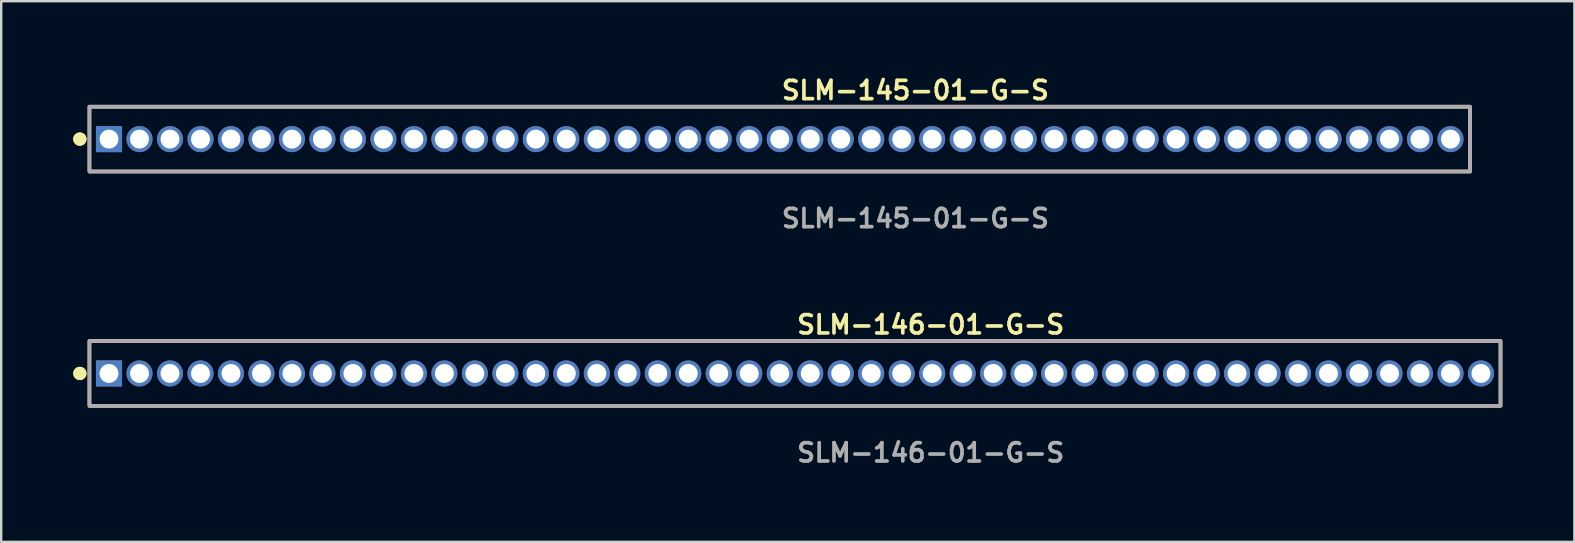
<source format=kicad_pcb>
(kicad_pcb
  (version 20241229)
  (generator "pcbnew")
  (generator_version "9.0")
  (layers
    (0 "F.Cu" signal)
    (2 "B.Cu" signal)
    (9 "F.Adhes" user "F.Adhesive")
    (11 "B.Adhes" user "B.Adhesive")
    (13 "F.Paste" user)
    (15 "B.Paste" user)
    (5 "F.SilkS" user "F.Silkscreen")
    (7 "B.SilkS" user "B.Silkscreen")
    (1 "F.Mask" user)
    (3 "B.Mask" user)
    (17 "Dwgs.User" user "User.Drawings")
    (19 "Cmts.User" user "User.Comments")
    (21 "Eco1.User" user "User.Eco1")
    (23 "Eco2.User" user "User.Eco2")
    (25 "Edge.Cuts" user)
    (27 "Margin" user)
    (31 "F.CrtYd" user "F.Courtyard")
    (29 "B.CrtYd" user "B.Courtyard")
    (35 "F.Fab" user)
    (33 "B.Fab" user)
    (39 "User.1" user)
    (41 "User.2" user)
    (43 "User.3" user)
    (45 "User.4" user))
  (footprint "SLM-145-01-G-S"
    (layer "F.Cu")
    (at 29.431 2.745)
    (property "Reference" "SLM-145-01-G-S" (at 0 -2.032 0) (unlocked yes) (layer "F.SilkS") (effects (font (size 0.762 0.762) (thickness 0.152)) (justify left)))
    (fp_rect (start -28.755 1.35) (end 28.755 -1.35) (stroke (width 0.152) (type solid)) (fill no) (layer "F.SilkS"))
    (fp_circle (center -29.155 0) (end -29.355 0) (stroke (width 0.152) (type solid)) (fill yes) (layer "F.SilkS"))
    (fp_circle (center -29.155 0) (end -29.355 0) (stroke (width 0.152) (type solid)) (fill yes) (layer "F.SilkS"))
    (fp_rect (start -28.755 1.35) (end 28.755 -1.35) (stroke (width 0.006) (type solid)) (fill no) (layer "F.CrtYd"))
    (fp_rect (start -28.755 1.35) (end 28.755 -1.35) (stroke (width 0.152) (type solid)) (fill no) (layer "F.Fab"))
    (fp_text user "${REFERENCE}" (at 0 3.302 0) (unlocked yes) (layer "F.Fab") (effects (font (size 0.762 0.762) (thickness 0.152)) (justify left)))
    (pad "1" thru_hole rect (at -27.94 0) (size 1.087 1.087) (drill 0.787) (layers "*.Cu" "*.Mask"))
    (pad "2" thru_hole circle (at -26.67 0) (size 1.087 1.087) (drill 0.787) (layers "*.Cu" "*.Mask"))
    (pad "3" thru_hole circle (at -25.4 0) (size 1.087 1.087) (drill 0.787) (layers "*.Cu" "*.Mask"))
    (pad "4" thru_hole circle (at -24.13 0) (size 1.087 1.087) (drill 0.787) (layers "*.Cu" "*.Mask"))
    (pad "5" thru_hole circle (at -22.86 0) (size 1.087 1.087) (drill 0.787) (layers "*.Cu" "*.Mask"))
    (pad "6" thru_hole circle (at -21.59 0) (size 1.087 1.087) (drill 0.787) (layers "*.Cu" "*.Mask"))
    (pad "7" thru_hole circle (at -20.32 0) (size 1.087 1.087) (drill 0.787) (layers "*.Cu" "*.Mask"))
    (pad "8" thru_hole circle (at -19.05 0) (size 1.087 1.087) (drill 0.787) (layers "*.Cu" "*.Mask"))
    (pad "9" thru_hole circle (at -17.78 0) (size 1.087 1.087) (drill 0.787) (layers "*.Cu" "*.Mask"))
    (pad "10" thru_hole circle (at -16.51 0) (size 1.087 1.087) (drill 0.787) (layers "*.Cu" "*.Mask"))
    (pad "11" thru_hole circle (at -15.24 0) (size 1.087 1.087) (drill 0.787) (layers "*.Cu" "*.Mask"))
    (pad "12" thru_hole circle (at -13.97 0) (size 1.087 1.087) (drill 0.787) (layers "*.Cu" "*.Mask"))
    (pad "13" thru_hole circle (at -12.7 0) (size 1.087 1.087) (drill 0.787) (layers "*.Cu" "*.Mask"))
    (pad "14" thru_hole circle (at -11.43 0) (size 1.087 1.087) (drill 0.787) (layers "*.Cu" "*.Mask"))
    (pad "15" thru_hole circle (at -10.16 0) (size 1.087 1.087) (drill 0.787) (layers "*.Cu" "*.Mask"))
    (pad "16" thru_hole circle (at -8.89 0) (size 1.087 1.087) (drill 0.787) (layers "*.Cu" "*.Mask"))
    (pad "17" thru_hole circle (at -7.62 0) (size 1.087 1.087) (drill 0.787) (layers "*.Cu" "*.Mask"))
    (pad "18" thru_hole circle (at -6.35 0) (size 1.087 1.087) (drill 0.787) (layers "*.Cu" "*.Mask"))
    (pad "19" thru_hole circle (at -5.08 0) (size 1.087 1.087) (drill 0.787) (layers "*.Cu" "*.Mask"))
    (pad "20" thru_hole circle (at -3.81 0) (size 1.087 1.087) (drill 0.787) (layers "*.Cu" "*.Mask"))
    (pad "21" thru_hole circle (at -2.54 0) (size 1.087 1.087) (drill 0.787) (layers "*.Cu" "*.Mask"))
    (pad "22" thru_hole circle (at -1.27 0) (size 1.087 1.087) (drill 0.787) (layers "*.Cu" "*.Mask"))
    (pad "23" thru_hole circle (at 0 0) (size 1.087 1.087) (drill 0.787) (layers "*.Cu" "*.Mask"))
    (pad "24" thru_hole circle (at 1.27 0) (size 1.087 1.087) (drill 0.787) (layers "*.Cu" "*.Mask"))
    (pad "25" thru_hole circle (at 2.54 0) (size 1.087 1.087) (drill 0.787) (layers "*.Cu" "*.Mask"))
    (pad "26" thru_hole circle (at 3.81 0) (size 1.087 1.087) (drill 0.787) (layers "*.Cu" "*.Mask"))
    (pad "27" thru_hole circle (at 5.08 0) (size 1.087 1.087) (drill 0.787) (layers "*.Cu" "*.Mask"))
    (pad "28" thru_hole circle (at 6.35 0) (size 1.087 1.087) (drill 0.787) (layers "*.Cu" "*.Mask"))
    (pad "29" thru_hole circle (at 7.62 0) (size 1.087 1.087) (drill 0.787) (layers "*.Cu" "*.Mask"))
    (pad "30" thru_hole circle (at 8.89 0) (size 1.087 1.087) (drill 0.787) (layers "*.Cu" "*.Mask"))
    (pad "31" thru_hole circle (at 10.16 0) (size 1.087 1.087) (drill 0.787) (layers "*.Cu" "*.Mask"))
    (pad "32" thru_hole circle (at 11.43 0) (size 1.087 1.087) (drill 0.787) (layers "*.Cu" "*.Mask"))
    (pad "33" thru_hole circle (at 12.7 0) (size 1.087 1.087) (drill 0.787) (layers "*.Cu" "*.Mask"))
    (pad "34" thru_hole circle (at 13.97 0) (size 1.087 1.087) (drill 0.787) (layers "*.Cu" "*.Mask"))
    (pad "35" thru_hole circle (at 15.24 0) (size 1.087 1.087) (drill 0.787) (layers "*.Cu" "*.Mask"))
    (pad "36" thru_hole circle (at 16.51 0) (size 1.087 1.087) (drill 0.787) (layers "*.Cu" "*.Mask"))
    (pad "37" thru_hole circle (at 17.78 0) (size 1.087 1.087) (drill 0.787) (layers "*.Cu" "*.Mask"))
    (pad "38" thru_hole circle (at 19.05 0) (size 1.087 1.087) (drill 0.787) (layers "*.Cu" "*.Mask"))
    (pad "39" thru_hole circle (at 20.32 0) (size 1.087 1.087) (drill 0.787) (layers "*.Cu" "*.Mask"))
    (pad "40" thru_hole circle (at 21.59 0) (size 1.087 1.087) (drill 0.787) (layers "*.Cu" "*.Mask"))
    (pad "41" thru_hole circle (at 22.86 0) (size 1.087 1.087) (drill 0.787) (layers "*.Cu" "*.Mask"))
    (pad "42" thru_hole circle (at 24.13 0) (size 1.087 1.087) (drill 0.787) (layers "*.Cu" "*.Mask"))
    (pad "43" thru_hole circle (at 25.4 0) (size 1.087 1.087) (drill 0.787) (layers "*.Cu" "*.Mask"))
    (pad "44" thru_hole circle (at 26.67 0) (size 1.087 1.087) (drill 0.787) (layers "*.Cu" "*.Mask"))
    (pad "45" thru_hole circle (at 27.94 0) (size 1.087 1.087) (drill 0.787) (layers "*.Cu" "*.Mask")))
  (footprint "SLM-146-01-G-S"
    (layer "F.Cu")
    (at 30.066 12.506)
    (property "Reference" "SLM-146-01-G-S" (at 0 -2.032 0) (unlocked yes) (layer "F.SilkS") (effects (font (size 0.762 0.762) (thickness 0.152)) (justify left)))
    (fp_rect (start -29.39 1.35) (end 29.39 -1.35) (stroke (width 0.152) (type solid)) (fill no) (layer "F.SilkS"))
    (fp_circle (center -29.79 0) (end -29.99 0) (stroke (width 0.152) (type solid)) (fill yes) (layer "F.SilkS"))
    (fp_circle (center -29.79 0) (end -29.99 0) (stroke (width 0.152) (type solid)) (fill yes) (layer "F.SilkS"))
    (fp_rect (start -29.39 1.35) (end 29.39 -1.35) (stroke (width 0.006) (type solid)) (fill no) (layer "F.CrtYd"))
    (fp_rect (start -29.39 1.35) (end 29.39 -1.35) (stroke (width 0.152) (type solid)) (fill no) (layer "F.Fab"))
    (fp_text user "${REFERENCE}" (at 0 3.302 0) (unlocked yes) (layer "F.Fab") (effects (font (size 0.762 0.762) (thickness 0.152)) (justify left)))
    (pad "1" thru_hole rect (at -28.575 0) (size 1.087 1.087) (drill 0.787) (layers "*.Cu" "*.Mask"))
    (pad "2" thru_hole circle (at -27.305 0) (size 1.087 1.087) (drill 0.787) (layers "*.Cu" "*.Mask"))
    (pad "3" thru_hole circle (at -26.035 0) (size 1.087 1.087) (drill 0.787) (layers "*.Cu" "*.Mask"))
    (pad "4" thru_hole circle (at -24.765 0) (size 1.087 1.087) (drill 0.787) (layers "*.Cu" "*.Mask"))
    (pad "5" thru_hole circle (at -23.495 0) (size 1.087 1.087) (drill 0.787) (layers "*.Cu" "*.Mask"))
    (pad "6" thru_hole circle (at -22.225 0) (size 1.087 1.087) (drill 0.787) (layers "*.Cu" "*.Mask"))
    (pad "7" thru_hole circle (at -20.955 0) (size 1.087 1.087) (drill 0.787) (layers "*.Cu" "*.Mask"))
    (pad "8" thru_hole circle (at -19.685 0) (size 1.087 1.087) (drill 0.787) (layers "*.Cu" "*.Mask"))
    (pad "9" thru_hole circle (at -18.415 0) (size 1.087 1.087) (drill 0.787) (layers "*.Cu" "*.Mask"))
    (pad "10" thru_hole circle (at -17.145 0) (size 1.087 1.087) (drill 0.787) (layers "*.Cu" "*.Mask"))
    (pad "11" thru_hole circle (at -15.875 0) (size 1.087 1.087) (drill 0.787) (layers "*.Cu" "*.Mask"))
    (pad "12" thru_hole circle (at -14.605 0) (size 1.087 1.087) (drill 0.787) (layers "*.Cu" "*.Mask"))
    (pad "13" thru_hole circle (at -13.335 0) (size 1.087 1.087) (drill 0.787) (layers "*.Cu" "*.Mask"))
    (pad "14" thru_hole circle (at -12.065 0) (size 1.087 1.087) (drill 0.787) (layers "*.Cu" "*.Mask"))
    (pad "15" thru_hole circle (at -10.795 0) (size 1.087 1.087) (drill 0.787) (layers "*.Cu" "*.Mask"))
    (pad "16" thru_hole circle (at -9.525 0) (size 1.087 1.087) (drill 0.787) (layers "*.Cu" "*.Mask"))
    (pad "17" thru_hole circle (at -8.255 0) (size 1.087 1.087) (drill 0.787) (layers "*.Cu" "*.Mask"))
    (pad "18" thru_hole circle (at -6.985 0) (size 1.087 1.087) (drill 0.787) (layers "*.Cu" "*.Mask"))
    (pad "19" thru_hole circle (at -5.715 0) (size 1.087 1.087) (drill 0.787) (layers "*.Cu" "*.Mask"))
    (pad "20" thru_hole circle (at -4.445 0) (size 1.087 1.087) (drill 0.787) (layers "*.Cu" "*.Mask"))
    (pad "21" thru_hole circle (at -3.175 0) (size 1.087 1.087) (drill 0.787) (layers "*.Cu" "*.Mask"))
    (pad "22" thru_hole circle (at -1.905 0) (size 1.087 1.087) (drill 0.787) (layers "*.Cu" "*.Mask"))
    (pad "23" thru_hole circle (at -0.635 0) (size 1.087 1.087) (drill 0.787) (layers "*.Cu" "*.Mask"))
    (pad "24" thru_hole circle (at 0.635 0) (size 1.087 1.087) (drill 0.787) (layers "*.Cu" "*.Mask"))
    (pad "25" thru_hole circle (at 1.905 0) (size 1.087 1.087) (drill 0.787) (layers "*.Cu" "*.Mask"))
    (pad "26" thru_hole circle (at 3.175 0) (size 1.087 1.087) (drill 0.787) (layers "*.Cu" "*.Mask"))
    (pad "27" thru_hole circle (at 4.445 0) (size 1.087 1.087) (drill 0.787) (layers "*.Cu" "*.Mask"))
    (pad "28" thru_hole circle (at 5.715 0) (size 1.087 1.087) (drill 0.787) (layers "*.Cu" "*.Mask"))
    (pad "29" thru_hole circle (at 6.985 0) (size 1.087 1.087) (drill 0.787) (layers "*.Cu" "*.Mask"))
    (pad "30" thru_hole circle (at 8.255 0) (size 1.087 1.087) (drill 0.787) (layers "*.Cu" "*.Mask"))
    (pad "31" thru_hole circle (at 9.525 0) (size 1.087 1.087) (drill 0.787) (layers "*.Cu" "*.Mask"))
    (pad "32" thru_hole circle (at 10.795 0) (size 1.087 1.087) (drill 0.787) (layers "*.Cu" "*.Mask"))
    (pad "33" thru_hole circle (at 12.065 0) (size 1.087 1.087) (drill 0.787) (layers "*.Cu" "*.Mask"))
    (pad "34" thru_hole circle (at 13.335 0) (size 1.087 1.087) (drill 0.787) (layers "*.Cu" "*.Mask"))
    (pad "35" thru_hole circle (at 14.605 0) (size 1.087 1.087) (drill 0.787) (layers "*.Cu" "*.Mask"))
    (pad "36" thru_hole circle (at 15.875 0) (size 1.087 1.087) (drill 0.787) (layers "*.Cu" "*.Mask"))
    (pad "37" thru_hole circle (at 17.145 0) (size 1.087 1.087) (drill 0.787) (layers "*.Cu" "*.Mask"))
    (pad "38" thru_hole circle (at 18.415 0) (size 1.087 1.087) (drill 0.787) (layers "*.Cu" "*.Mask"))
    (pad "39" thru_hole circle (at 19.685 0) (size 1.087 1.087) (drill 0.787) (layers "*.Cu" "*.Mask"))
    (pad "40" thru_hole circle (at 20.955 0) (size 1.087 1.087) (drill 0.787) (layers "*.Cu" "*.Mask"))
    (pad "41" thru_hole circle (at 22.225 0) (size 1.087 1.087) (drill 0.787) (layers "*.Cu" "*.Mask"))
    (pad "42" thru_hole circle (at 23.495 0) (size 1.087 1.087) (drill 0.787) (layers "*.Cu" "*.Mask"))
    (pad "43" thru_hole circle (at 24.765 0) (size 1.087 1.087) (drill 0.787) (layers "*.Cu" "*.Mask"))
    (pad "44" thru_hole circle (at 26.035 0) (size 1.087 1.087) (drill 0.787) (layers "*.Cu" "*.Mask"))
    (pad "45" thru_hole circle (at 27.305 0) (size 1.087 1.087) (drill 0.787) (layers "*.Cu" "*.Mask"))
    (pad "46" thru_hole circle (at 28.575 0) (size 1.087 1.087) (drill 0.787) (layers "*.Cu" "*.Mask")))
  (gr_rect
    (start -3 -3)
    (end 62.532 19.521)
    (stroke (width 0.1) (type default))
    (fill no)
    (layer "Edge.Cuts")))
</source>
